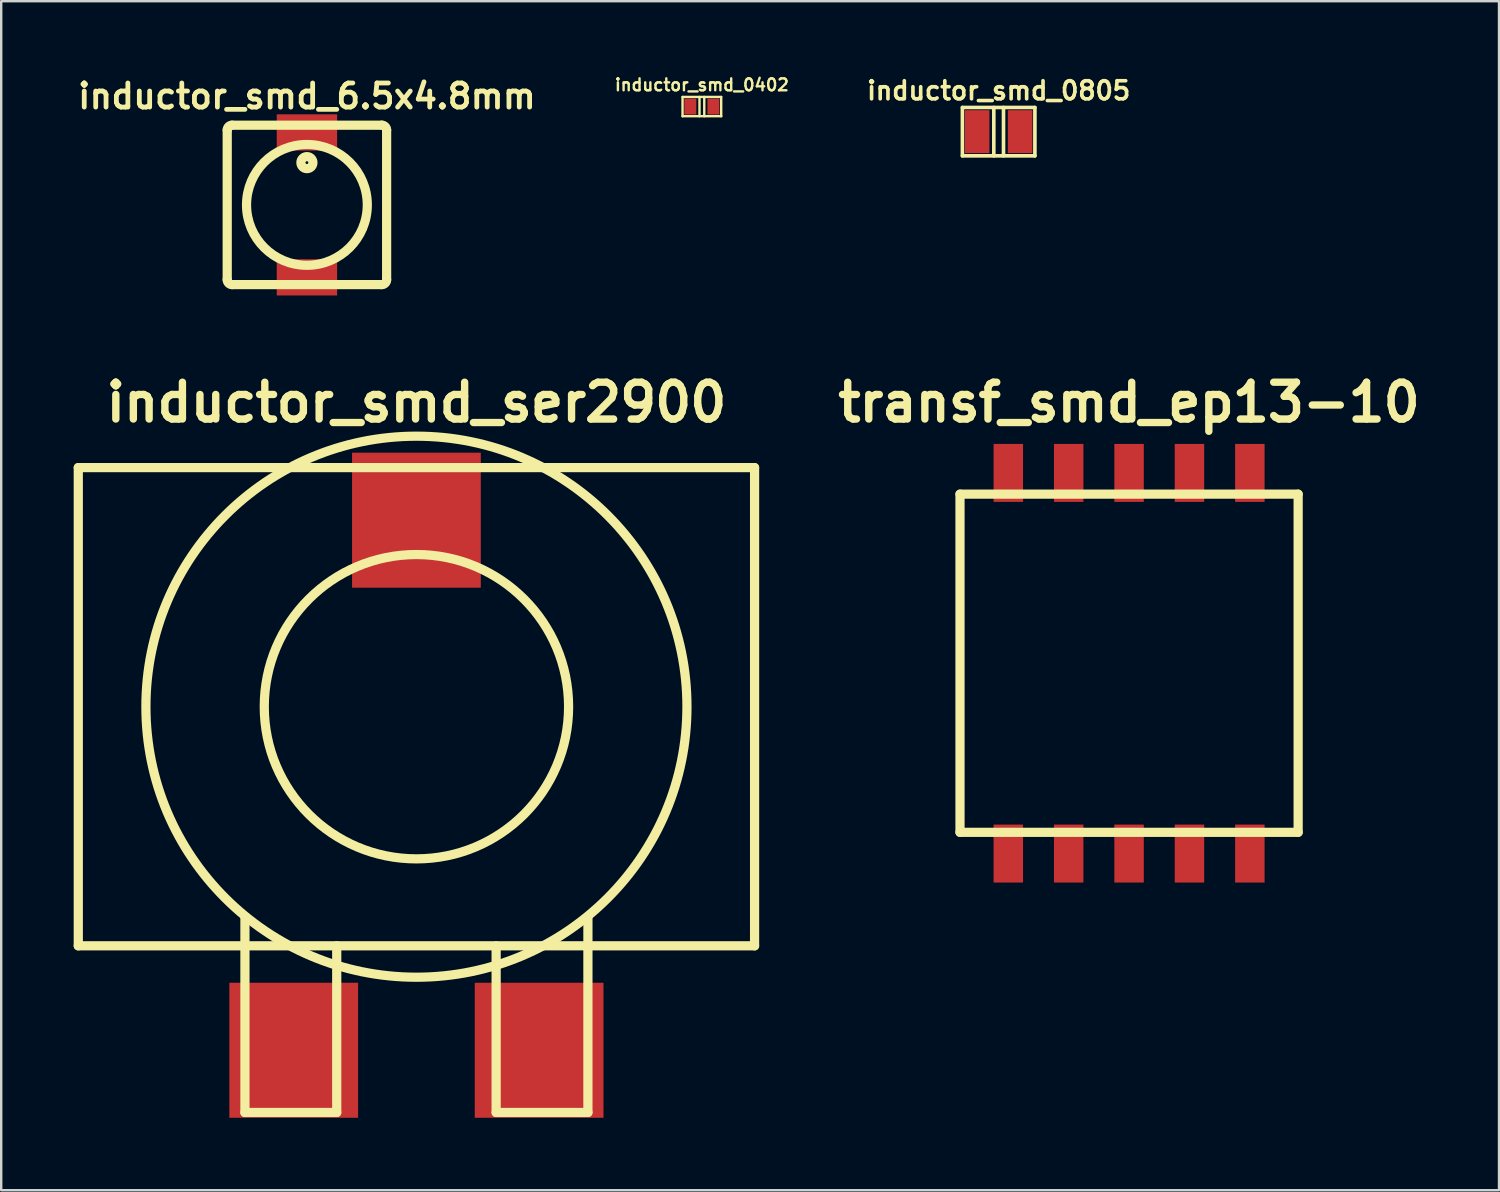
<source format=kicad_pcb>
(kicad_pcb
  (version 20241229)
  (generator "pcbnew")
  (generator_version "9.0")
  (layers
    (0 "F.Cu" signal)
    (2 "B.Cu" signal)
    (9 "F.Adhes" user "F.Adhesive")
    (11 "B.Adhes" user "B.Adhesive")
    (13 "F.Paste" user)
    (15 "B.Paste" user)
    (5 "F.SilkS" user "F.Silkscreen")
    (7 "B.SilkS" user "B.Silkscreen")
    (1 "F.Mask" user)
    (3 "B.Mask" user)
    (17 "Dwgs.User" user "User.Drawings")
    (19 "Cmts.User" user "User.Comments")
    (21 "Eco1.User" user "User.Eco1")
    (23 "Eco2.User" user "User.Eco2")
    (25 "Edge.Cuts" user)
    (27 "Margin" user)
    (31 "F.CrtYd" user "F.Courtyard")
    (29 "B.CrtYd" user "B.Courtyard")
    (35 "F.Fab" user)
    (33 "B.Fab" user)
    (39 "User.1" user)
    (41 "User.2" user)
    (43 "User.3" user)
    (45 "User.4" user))
  (footprint "inductor_smd_6.5x4.8mm"
    (layer "F.Cu")
    (at 9.657 5.433)
    (property "Reference" "inductor_smd_6.5x4.8mm" (at 0 -4.501 0) (layer "F.SilkS") (effects (font (size 0.998 0.998) (thickness 0.198))))
    (attr through_hole)
    (fp_line (start -3.3 3.1) (end -3.3 -3.1) (stroke (width 0.381) (type solid)) (layer "F.SilkS"))
    (fp_line (start -3.1 -3.3) (end 3.1 -3.3) (stroke (width 0.381) (type solid)) (layer "F.SilkS"))
    (fp_line (start 3.1 3.3) (end -3.1 3.3) (stroke (width 0.381) (type solid)) (layer "F.SilkS"))
    (fp_line (start 3.3 -3.1) (end 3.3 3.1) (stroke (width 0.381) (type solid)) (layer "F.SilkS"))
    (fp_arc (start -3.3 -3.1) (mid -3.241421 -3.241421) (end -3.1 -3.3) (stroke (width 0.381) (type solid)) (layer "F.SilkS"))
    (fp_arc (start -3.1 3.3) (mid -3.241421 3.241421) (end -3.3 3.1) (stroke (width 0.381) (type solid)) (layer "F.SilkS"))
    (fp_arc (start 3.1 -3.3) (mid 3.241421 -3.241421) (end 3.3 -3.1) (stroke (width 0.381) (type solid)) (layer "F.SilkS"))
    (fp_arc (start 3.3 3.1) (mid 3.241421 3.241421) (end 3.1 3.3) (stroke (width 0.381) (type solid)) (layer "F.SilkS"))
    (fp_circle (center 0 -1.75) (end 0 -1.501) (stroke (width 0.381) (type solid)) (fill no) (layer "F.SilkS"))
    (fp_circle (center 0 0) (end 2.5 0) (stroke (width 0.381) (type solid)) (fill no) (layer "F.SilkS"))
    (pad "1" smd rect (at 0 -3) (size 2.5 1.5) (layers "F.Cu" "F.Mask" "F.Paste"))
    (pad "2" smd rect (at 0 3) (size 2.5 1.5) (layers "F.Cu" "F.Mask" "F.Paste")))
  (footprint "inductor_smd_0402"
    (layer "F.Cu")
    (at 26.009 1.363)
    (property "Reference" "inductor_smd_0402" (at 0 -0.899 0) (layer "F.SilkS") (effects (font (size 0.495 0.495) (thickness 0.099))))
    (attr through_hole)
    (fp_line (start -0.8 -0.399) (end 0.8 -0.399) (stroke (width 0.099) (type solid)) (layer "F.SilkS"))
    (fp_line (start -0.8 0.399) (end -0.8 -0.399) (stroke (width 0.099) (type solid)) (layer "F.SilkS"))
    (fp_line (start -0.099 -0.399) (end -0.099 0.399) (stroke (width 0.099) (type solid)) (layer "F.SilkS"))
    (fp_line (start 0.099 0.399) (end 0.099 -0.399) (stroke (width 0.099) (type solid)) (layer "F.SilkS"))
    (fp_line (start 0.8 -0.399) (end 0.8 0.399) (stroke (width 0.099) (type solid)) (layer "F.SilkS"))
    (fp_line (start 0.8 0.399) (end -0.8 0.399) (stroke (width 0.099) (type solid)) (layer "F.SilkS"))
    (pad "1" smd rect (at -0.478 0) (size 0.495 0.658) (layers "F.Cu" "F.Mask" "F.Paste"))
    (pad "2" smd rect (at 0.478 0) (size 0.495 0.658) (layers "F.Cu" "F.Mask" "F.Paste")))
  (footprint "transf_smd_ep13-10"
    (layer "F.Cu")
    (at 43.696 24.409)
    (property "Reference" "transf_smd_ep13-10" (at 0 -10.8 0) (layer "F.SilkS") (effects (font (size 1.524 1.524) (thickness 0.305))))
    (attr through_hole)
    (fp_line (start -7 -7) (end -7 7) (stroke (width 0.381) (type solid)) (layer "F.SilkS"))
    (fp_line (start -7 7) (end 7 7) (stroke (width 0.381) (type solid)) (layer "F.SilkS"))
    (fp_line (start 7 -7) (end -7 -7) (stroke (width 0.381) (type solid)) (layer "F.SilkS"))
    (fp_line (start 7 7) (end 7 -7) (stroke (width 0.381) (type solid)) (layer "F.SilkS"))
    (pad "1" smd rect (at 5 7.88) (size 1.22 2.4) (layers "F.Cu" "F.Mask" "F.Paste"))
    (pad "2" smd rect (at 2.5 7.88) (size 1.22 2.4) (layers "F.Cu" "F.Mask" "F.Paste"))
    (pad "3" smd rect (at 0 7.88) (size 1.22 2.4) (layers "F.Cu" "F.Mask" "F.Paste"))
    (pad "4" smd rect (at -2.5 7.88) (size 1.22 2.4) (layers "F.Cu" "F.Mask" "F.Paste"))
    (pad "5" smd rect (at -5 7.88) (size 1.22 2.4) (layers "F.Cu" "F.Mask" "F.Paste"))
    (pad "6" smd rect (at -5 -7.88) (size 1.22 2.4) (layers "F.Cu" "F.Mask" "F.Paste"))
    (pad "7" smd rect (at -2.5 -7.88) (size 1.22 2.4) (layers "F.Cu" "F.Mask" "F.Paste"))
    (pad "8" smd rect (at 0 -7.88) (size 1.22 2.4) (layers "F.Cu" "F.Mask" "F.Paste"))
    (pad "9" smd rect (at 2.5 -7.88) (size 1.22 2.4) (layers "F.Cu" "F.Mask" "F.Paste"))
    (pad "10" smd rect (at 5 -7.88) (size 1.22 2.4) (layers "F.Cu" "F.Mask" "F.Paste")))
  (footprint "inductor_smd_0805"
    (layer "F.Cu")
    (at 38.296 2.401)
    (property "Reference" "inductor_smd_0805" (at 0 -1.699 0) (layer "F.SilkS") (effects (font (size 0.749 0.749) (thickness 0.15))))
    (attr through_hole)
    (fp_line (start -1.501 -1.001) (end 1.501 -1.001) (stroke (width 0.15) (type solid)) (layer "F.SilkS"))
    (fp_line (start -1.501 1.001) (end -1.501 -1.001) (stroke (width 0.15) (type solid)) (layer "F.SilkS"))
    (fp_line (start -0.201 -1.001) (end -0.201 1.001) (stroke (width 0.15) (type solid)) (layer "F.SilkS"))
    (fp_line (start 0.201 1.001) (end 0.201 -1.001) (stroke (width 0.15) (type solid)) (layer "F.SilkS"))
    (fp_line (start 1.501 -1.001) (end 1.501 1.001) (stroke (width 0.15) (type solid)) (layer "F.SilkS"))
    (fp_line (start 1.501 1.001) (end -1.501 1.001) (stroke (width 0.15) (type solid)) (layer "F.SilkS"))
    (pad "1" smd rect (at -0.889 0) (size 1.016 1.778) (layers "F.Cu" "F.Mask" "F.Paste"))
    (pad "2" smd rect (at 0.889 0) (size 1.016 1.778) (layers "F.Cu" "F.Mask" "F.Paste")))
  (footprint "inductor_smd_ser2900"
    (layer "F.Cu")
    (at 14.191 26.209)
    (property "Reference" "inductor_smd_ser2900" (at 0 -12.6 0) (layer "F.SilkS") (effects (font (size 1.524 1.524) (thickness 0.305))))
    (attr through_hole)
    (fp_line (start -14 -9.9) (end -14 9.9) (stroke (width 0.381) (type solid)) (layer "F.SilkS"))
    (fp_line (start -14 -9.9) (end 14 -9.9) (stroke (width 0.381) (type solid)) (layer "F.SilkS"))
    (fp_line (start -14 9.9) (end 14 9.9) (stroke (width 0.381) (type solid)) (layer "F.SilkS"))
    (fp_line (start -7.1 16.8) (end -7.1 8.7) (stroke (width 0.381) (type solid)) (layer "F.SilkS"))
    (fp_line (start -3.3 9.9) (end -3.3 16.8) (stroke (width 0.381) (type solid)) (layer "F.SilkS"))
    (fp_line (start -3.3 16.8) (end -7.1 16.8) (stroke (width 0.381) (type solid)) (layer "F.SilkS"))
    (fp_line (start 3.3 9.9) (end 3.3 16.8) (stroke (width 0.381) (type solid)) (layer "F.SilkS"))
    (fp_line (start 3.3 16.8) (end 7.1 16.8) (stroke (width 0.381) (type solid)) (layer "F.SilkS"))
    (fp_line (start 7.1 16.8) (end 7.1 8.7) (stroke (width 0.381) (type solid)) (layer "F.SilkS"))
    (fp_line (start 14 9.9) (end 14 -9.9) (stroke (width 0.381) (type solid)) (layer "F.SilkS"))
    (fp_circle (center 0 0) (end 6.3 0) (stroke (width 0.381) (type solid)) (fill no) (layer "F.SilkS"))
    (fp_circle (center 0 0) (end 11.2 0) (stroke (width 0.381) (type solid)) (fill no) (layer "F.SilkS"))
    (pad "" smd rect (at 0 -7.722) (size 5.33 5.59) (layers "F.Cu" "F.Mask" "F.Paste"))
    (pad "1" smd rect (at -5.08 14.224) (size 5.33 5.59) (layers "F.Cu" "F.Mask" "F.Paste"))
    (pad "2" smd rect (at 5.08 14.224) (size 5.33 5.59) (layers "F.Cu" "F.Mask" "F.Paste")))
  (gr_rect
    (start -3 -3)
    (end 59.012 46.228)
    (stroke (width 0.1) (type default))
    (fill no)
    (layer "Edge.Cuts")))
</source>
